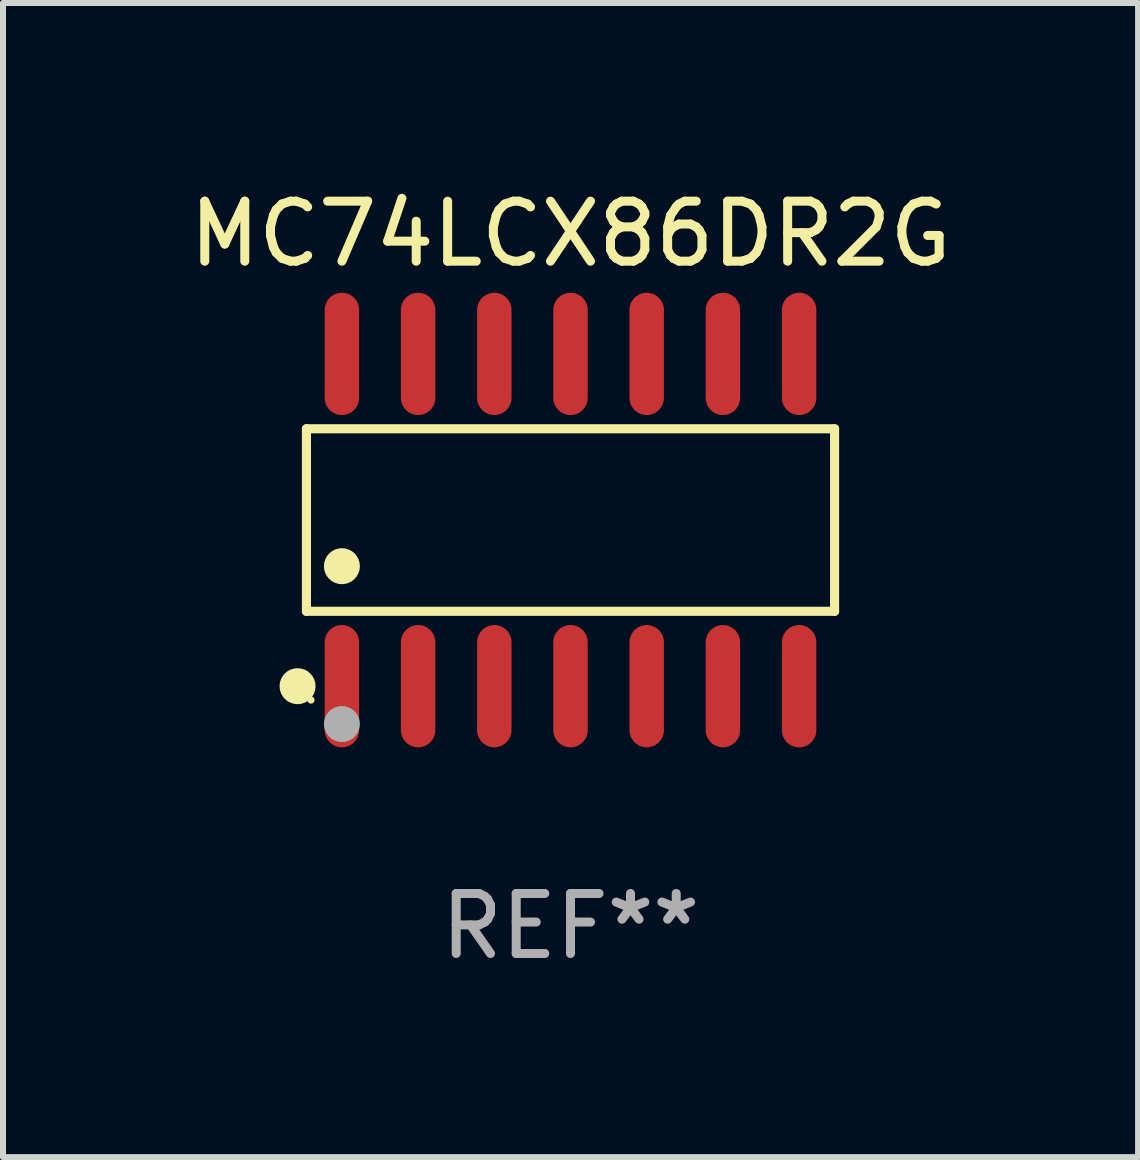
<source format=kicad_pcb>
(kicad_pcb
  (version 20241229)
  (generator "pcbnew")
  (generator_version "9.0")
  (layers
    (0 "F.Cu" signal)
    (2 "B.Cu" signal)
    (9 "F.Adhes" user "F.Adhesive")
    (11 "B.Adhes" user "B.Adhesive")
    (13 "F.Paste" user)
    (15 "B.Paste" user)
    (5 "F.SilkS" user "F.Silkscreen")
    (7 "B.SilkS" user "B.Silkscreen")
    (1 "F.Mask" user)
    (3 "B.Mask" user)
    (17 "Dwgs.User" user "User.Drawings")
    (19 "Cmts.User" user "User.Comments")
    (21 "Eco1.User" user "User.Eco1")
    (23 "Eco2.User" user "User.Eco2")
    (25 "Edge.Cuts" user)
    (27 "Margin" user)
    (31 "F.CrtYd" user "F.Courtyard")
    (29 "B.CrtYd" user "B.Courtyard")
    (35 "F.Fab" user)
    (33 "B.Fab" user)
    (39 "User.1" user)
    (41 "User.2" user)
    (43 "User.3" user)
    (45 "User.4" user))
  (footprint "MC74LCX86DR2G"
    (layer "F.Cu")
    (at 6.458 5.617)
    (property "Reference" "MC74LCX86DR2G" (at 0 -4.769 0) (layer "F.SilkS") (effects (font (size 1 1) (thickness 0.15))))
    (attr through_hole)
    (fp_line (start -4.401 -1.521) (end 4.401 -1.521) (stroke (width 0.152) (type solid)) (layer "F.SilkS"))
    (fp_line (start -4.401 1.521) (end -4.401 -1.521) (stroke (width 0.152) (type solid)) (layer "F.SilkS"))
    (fp_line (start 4.401 -1.521) (end 4.401 1.521) (stroke (width 0.152) (type solid)) (layer "F.SilkS"))
    (fp_line (start 4.401 1.521) (end -4.401 1.521) (stroke (width 0.152) (type solid)) (layer "F.SilkS"))
    (fp_circle (center -4.549 2.769) (end -4.399 2.769) (stroke (width 0.3) (type solid)) (fill no) (layer "F.SilkS"))
    (fp_circle (center -4.325 3) (end -4.295 3) (stroke (width 0.06) (type solid)) (fill no) (layer "F.SilkS"))
    (fp_circle (center -3.81 0.769) (end -3.66 0.769) (stroke (width 0.3) (type solid)) (fill no) (layer "F.SilkS"))
    (fp_circle (center -3.81 3.4) (end -3.66 3.4) (stroke (width 0.3) (type solid)) (fill no) (layer "F.Fab"))
    (fp_text user "REF**" (at 0 6.769 0) (layer "F.Fab") (effects (font (size 1 1) (thickness 0.15))))
    (pad "1" smd oval (at -3.81 2.769) (size 0.574 2.038) (layers "F.Cu" "F.Mask" "F.Paste"))
    (pad "2" smd oval (at -2.54 2.769) (size 0.574 2.038) (layers "F.Cu" "F.Mask" "F.Paste"))
    (pad "3" smd oval (at -1.27 2.769) (size 0.574 2.038) (layers "F.Cu" "F.Mask" "F.Paste"))
    (pad "4" smd oval (at 0 2.769) (size 0.574 2.038) (layers "F.Cu" "F.Mask" "F.Paste"))
    (pad "5" smd oval (at 1.27 2.769) (size 0.574 2.038) (layers "F.Cu" "F.Mask" "F.Paste"))
    (pad "6" smd oval (at 2.54 2.769) (size 0.574 2.038) (layers "F.Cu" "F.Mask" "F.Paste"))
    (pad "7" smd oval (at 3.81 2.769) (size 0.574 2.038) (layers "F.Cu" "F.Mask" "F.Paste"))
    (pad "8" smd oval (at 3.81 -2.769) (size 0.574 2.038) (layers "F.Cu" "F.Mask" "F.Paste"))
    (pad "9" smd oval (at 2.54 -2.769) (size 0.574 2.038) (layers "F.Cu" "F.Mask" "F.Paste"))
    (pad "10" smd oval (at 1.27 -2.769) (size 0.574 2.038) (layers "F.Cu" "F.Mask" "F.Paste"))
    (pad "11" smd oval (at 0 -2.769) (size 0.574 2.038) (layers "F.Cu" "F.Mask" "F.Paste"))
    (pad "12" smd oval (at -1.27 -2.769) (size 0.574 2.038) (layers "F.Cu" "F.Mask" "F.Paste"))
    (pad "13" smd oval (at -2.54 -2.769) (size 0.574 2.038) (layers "F.Cu" "F.Mask" "F.Paste"))
    (pad "14" smd oval (at -3.81 -2.769) (size 0.574 2.038) (layers "F.Cu" "F.Mask" "F.Paste")))
  (gr_rect
    (start -3 -3)
    (end 15.917 16.235)
    (stroke (width 0.1) (type default))
    (fill no)
    (layer "Edge.Cuts")))
</source>
